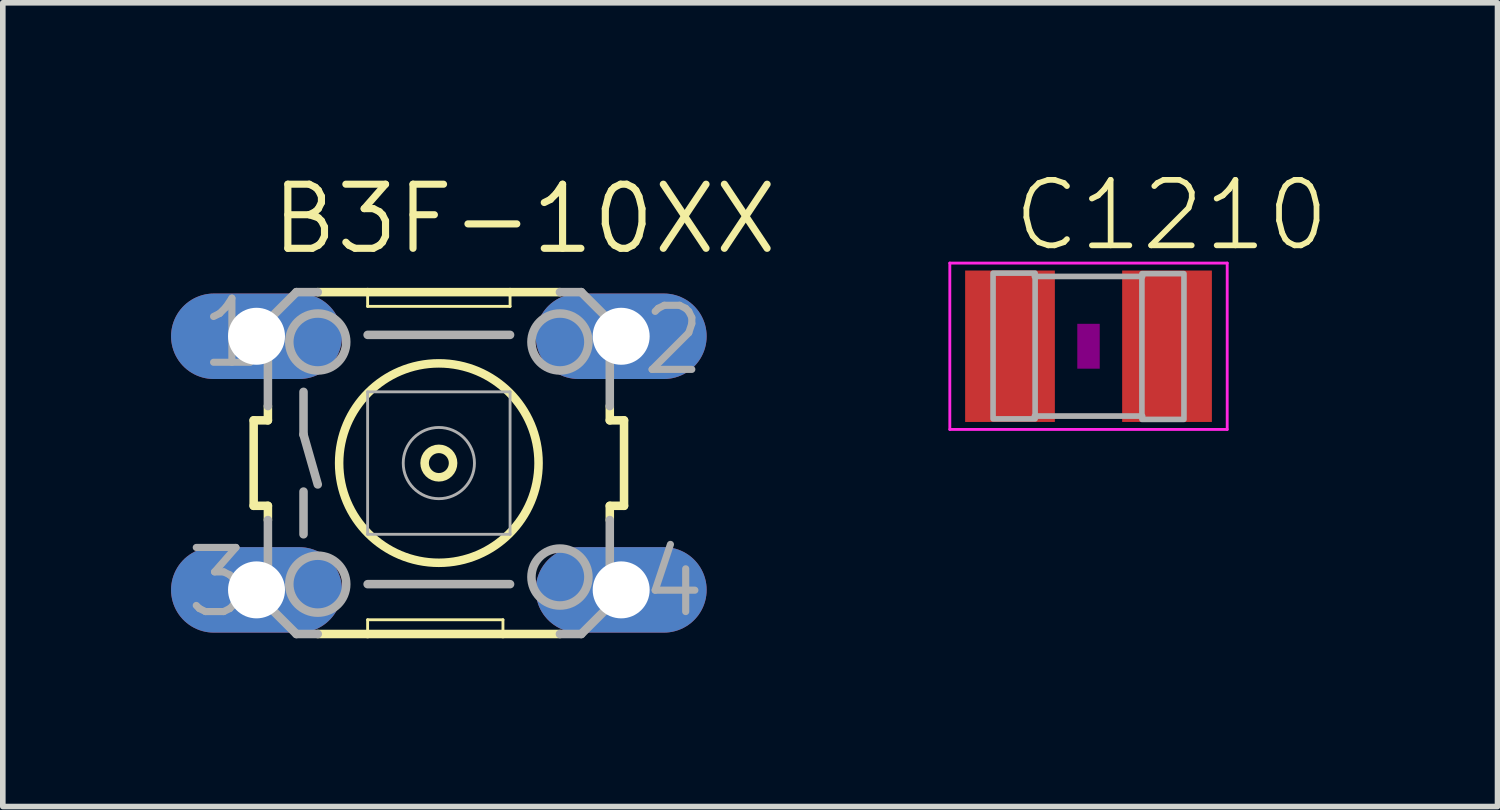
<source format=kicad_pcb>
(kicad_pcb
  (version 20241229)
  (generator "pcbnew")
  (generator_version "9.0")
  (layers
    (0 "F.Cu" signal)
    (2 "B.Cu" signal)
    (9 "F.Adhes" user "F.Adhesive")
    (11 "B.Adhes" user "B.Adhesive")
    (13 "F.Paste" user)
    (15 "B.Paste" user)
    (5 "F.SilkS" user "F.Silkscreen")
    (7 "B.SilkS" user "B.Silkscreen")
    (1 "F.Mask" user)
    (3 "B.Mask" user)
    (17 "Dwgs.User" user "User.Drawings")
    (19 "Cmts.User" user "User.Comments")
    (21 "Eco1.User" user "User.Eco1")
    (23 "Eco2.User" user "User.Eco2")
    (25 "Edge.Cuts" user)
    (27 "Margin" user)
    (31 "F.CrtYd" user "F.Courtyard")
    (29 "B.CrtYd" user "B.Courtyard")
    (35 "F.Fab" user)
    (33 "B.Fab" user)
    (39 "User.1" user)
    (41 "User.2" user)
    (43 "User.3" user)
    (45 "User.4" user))
  (footprint "B3F-10XX"
    (layer "F.Cu")
    (at 4.775 5.207)
    (property "Reference" "B3F-10XX" (at -3.048 -3.683 0) (layer "F.SilkS") (effects (font (size 1.143 1.143) (thickness 0.127)) (justify left bottom)))
    (fp_line (start -3.302 -0.762) (end -3.302 0.762) (stroke (width 0.152) (type solid)) (layer "F.SilkS"))
    (fp_line (start -3.302 -0.762) (end -3.048 -0.762) (stroke (width 0.152) (type solid)) (layer "F.SilkS"))
    (fp_line (start -3.048 -0.762) (end -3.048 -1.016) (stroke (width 0.152) (type solid)) (layer "F.SilkS"))
    (fp_line (start -3.048 0.762) (end -3.302 0.762) (stroke (width 0.152) (type solid)) (layer "F.SilkS"))
    (fp_line (start -3.048 0.762) (end -3.048 1.016) (stroke (width 0.152) (type solid)) (layer "F.SilkS"))
    (fp_line (start -2.159 3.048) (end -1.27 3.048) (stroke (width 0.152) (type solid)) (layer "F.SilkS"))
    (fp_line (start -1.27 -3.048) (end -2.159 -3.048) (stroke (width 0.152) (type solid)) (layer "F.SilkS"))
    (fp_line (start -1.27 -3.048) (end -1.27 -2.794) (stroke (width 0.051) (type solid)) (layer "F.SilkS"))
    (fp_line (start -1.27 2.794) (end -1.27 3.048) (stroke (width 0.051) (type solid)) (layer "F.SilkS"))
    (fp_line (start -1.27 3.048) (end 1.143 3.048) (stroke (width 0.152) (type solid)) (layer "F.SilkS"))
    (fp_line (start 1.143 2.794) (end -1.27 2.794) (stroke (width 0.051) (type solid)) (layer "F.SilkS"))
    (fp_line (start 1.143 2.794) (end 1.143 3.048) (stroke (width 0.051) (type solid)) (layer "F.SilkS"))
    (fp_line (start 1.143 3.048) (end 2.159 3.048) (stroke (width 0.152) (type solid)) (layer "F.SilkS"))
    (fp_line (start 1.27 -3.048) (end -1.27 -3.048) (stroke (width 0.152) (type solid)) (layer "F.SilkS"))
    (fp_line (start 1.27 -2.794) (end -1.27 -2.794) (stroke (width 0.051) (type solid)) (layer "F.SilkS"))
    (fp_line (start 1.27 -2.794) (end 1.27 -3.048) (stroke (width 0.051) (type solid)) (layer "F.SilkS"))
    (fp_line (start 2.159 -3.048) (end 1.27 -3.048) (stroke (width 0.152) (type solid)) (layer "F.SilkS"))
    (fp_line (start 3.048 -0.762) (end 3.048 -1.016) (stroke (width 0.152) (type solid)) (layer "F.SilkS"))
    (fp_line (start 3.048 -0.762) (end 3.302 -0.762) (stroke (width 0.152) (type solid)) (layer "F.SilkS"))
    (fp_line (start 3.048 0.762) (end 3.048 1.016) (stroke (width 0.152) (type solid)) (layer "F.SilkS"))
    (fp_line (start 3.302 0.762) (end 3.048 0.762) (stroke (width 0.152) (type solid)) (layer "F.SilkS"))
    (fp_line (start 3.302 0.762) (end 3.302 -0.762) (stroke (width 0.152) (type solid)) (layer "F.SilkS"))
    (fp_circle (center 0 0) (end 0.254 0) (stroke (width 0.152) (type solid)) (fill no) (layer "F.SilkS"))
    (fp_circle (center 0 0) (end 1.778 0) (stroke (width 0.152) (type solid)) (fill no) (layer "F.SilkS"))
    (fp_line (start -3.048 -2.54) (end -3.048 -1.016) (stroke (width 0.152) (type solid)) (layer "F.Fab"))
    (fp_line (start -3.048 2.54) (end -3.048 1.016) (stroke (width 0.152) (type solid)) (layer "F.Fab"))
    (fp_line (start -2.54 -3.048) (end -3.048 -2.54) (stroke (width 0.152) (type solid)) (layer "F.Fab"))
    (fp_line (start -2.54 -3.048) (end -2.159 -3.048) (stroke (width 0.152) (type solid)) (layer "F.Fab"))
    (fp_line (start -2.54 3.048) (end -3.048 2.54) (stroke (width 0.152) (type solid)) (layer "F.Fab"))
    (fp_line (start -2.54 3.048) (end -2.159 3.048) (stroke (width 0.152) (type solid)) (layer "F.Fab"))
    (fp_line (start -2.413 -1.27) (end -2.413 -0.508) (stroke (width 0.152) (type solid)) (layer "F.Fab"))
    (fp_line (start -2.413 -0.508) (end -2.159 0.381) (stroke (width 0.152) (type solid)) (layer "F.Fab"))
    (fp_line (start -2.413 0.508) (end -2.413 1.27) (stroke (width 0.152) (type solid)) (layer "F.Fab"))
    (fp_line (start -1.27 -1.27) (end -1.27 1.27) (stroke (width 0.051) (type solid)) (layer "F.Fab"))
    (fp_line (start -1.27 -1.27) (end 1.27 -1.27) (stroke (width 0.051) (type solid)) (layer "F.Fab"))
    (fp_line (start -1.27 2.159) (end 1.27 2.159) (stroke (width 0.152) (type solid)) (layer "F.Fab"))
    (fp_line (start 1.27 -2.286) (end -1.27 -2.286) (stroke (width 0.152) (type solid)) (layer "F.Fab"))
    (fp_line (start 1.27 1.27) (end -1.27 1.27) (stroke (width 0.051) (type solid)) (layer "F.Fab"))
    (fp_line (start 1.27 1.27) (end 1.27 -1.27) (stroke (width 0.051) (type solid)) (layer "F.Fab"))
    (fp_line (start 2.54 -3.048) (end 2.159 -3.048) (stroke (width 0.152) (type solid)) (layer "F.Fab"))
    (fp_line (start 2.54 3.048) (end 2.159 3.048) (stroke (width 0.152) (type solid)) (layer "F.Fab"))
    (fp_line (start 2.54 3.048) (end 3.048 2.54) (stroke (width 0.152) (type solid)) (layer "F.Fab"))
    (fp_line (start 3.048 -2.54) (end 2.54 -3.048) (stroke (width 0.152) (type solid)) (layer "F.Fab"))
    (fp_line (start 3.048 -1.016) (end 3.048 -2.54) (stroke (width 0.152) (type solid)) (layer "F.Fab"))
    (fp_line (start 3.048 2.54) (end 3.048 1.016) (stroke (width 0.152) (type solid)) (layer "F.Fab"))
    (fp_circle (center -2.159 -2.159) (end -1.651 -2.159) (stroke (width 0.152) (type solid)) (fill no) (layer "F.Fab"))
    (fp_circle (center -2.159 2.159) (end -1.651 2.159) (stroke (width 0.152) (type solid)) (fill no) (layer "F.Fab"))
    (fp_circle (center 0 0) (end 0.635 0) (stroke (width 0.051) (type solid)) (fill no) (layer "F.Fab"))
    (fp_circle (center 2.159 -2.159) (end 2.667 -2.159) (stroke (width 0.152) (type solid)) (fill no) (layer "F.Fab"))
    (fp_circle (center 2.159 2.032) (end 2.667 2.032) (stroke (width 0.152) (type solid)) (fill no) (layer "F.Fab"))
    (fp_text user "2" (at 3.556 -1.524 0) (layer "F.Fab") (effects (font (size 1.143 1.143) (thickness 0.127)) (justify left bottom)))
    (fp_text user "3" (at -4.572 2.794 0) (layer "F.Fab") (effects (font (size 1.143 1.143) (thickness 0.127)) (justify left bottom)))
    (fp_text user "1" (at -4.318 -1.651 0) (layer "F.Fab") (effects (font (size 1.143 1.143) (thickness 0.127)) (justify left bottom)))
    (fp_text user "4" (at 3.556 2.794 0) (layer "F.Fab") (effects (font (size 1.143 1.143) (thickness 0.127)) (justify left bottom)))
    (pad "1" thru_hole oval (at -3.251 -2.261) (size 3.048 1.524) (drill 1.016) (layers "*.Cu" "*.Mask"))
    (pad "2" thru_hole oval (at 3.251 -2.261) (size 3.048 1.524) (drill 1.016) (layers "*.Cu" "*.Mask"))
    (pad "3" thru_hole oval (at -3.251 2.261) (size 3.048 1.524) (drill 1.016) (layers "*.Cu" "*.Mask"))
    (pad "4" thru_hole oval (at 3.251 2.261) (size 3.048 1.524) (drill 1.016) (layers "*.Cu" "*.Mask")))
  (footprint "C1210"
    (layer "F.Cu")
    (at 16.359 3.124)
    (property "Reference" "C1210" (at -1.397 -1.651 0) (layer "F.SilkS") (effects (font (size 1.168 1.168) (thickness 0.102)) (justify left bottom)))
    (fp_poly (pts (xy -0.2 0.4) (xy 0.2 0.4) (xy 0.2 -0.4) (xy -0.2 -0.4)) (stroke (width 0) (type default)) (fill yes) (layer "F.Adhes"))
    (fp_line (start -2.473 -1.483) (end 2.473 -1.483) (stroke (width 0.051) (type solid)) (layer "F.CrtYd"))
    (fp_line (start -2.473 1.483) (end -2.473 -1.483) (stroke (width 0.051) (type solid)) (layer "F.CrtYd"))
    (fp_line (start 2.473 -1.483) (end 2.473 1.483) (stroke (width 0.051) (type solid)) (layer "F.CrtYd"))
    (fp_line (start 2.473 1.483) (end -2.473 1.483) (stroke (width 0.051) (type solid)) (layer "F.CrtYd"))
    (fp_line (start -0.965 -1.245) (end 0.965 -1.245) (stroke (width 0.102) (type solid)) (layer "F.Fab"))
    (fp_line (start -0.965 1.245) (end 0.965 1.245) (stroke (width 0.102) (type solid)) (layer "F.Fab"))
    (fp_poly (pts (xy -1.702 1.295) (xy -0.952 1.295) (xy -0.952 -1.304) (xy -1.702 -1.304)) (stroke (width 0.1) (type default)) (fill no) (layer "F.Fab"))
    (fp_poly (pts (xy 0.952 1.304) (xy 1.702 1.304) (xy 1.702 -1.295) (xy 0.952 -1.295)) (stroke (width 0.1) (type default)) (fill no) (layer "F.Fab"))
    (pad "1" smd rect (at -1.4 0) (size 1.6 2.7) (layers "F.Cu" "F.Mask" "F.Paste"))
    (pad "2" smd rect (at 1.4 0) (size 1.6 2.7) (layers "F.Cu" "F.Mask" "F.Paste")))
  (gr_rect
    (start -3 -3)
    (end 23.652 11.331)
    (stroke (width 0.1) (type default))
    (fill no)
    (layer "Edge.Cuts")))
</source>
